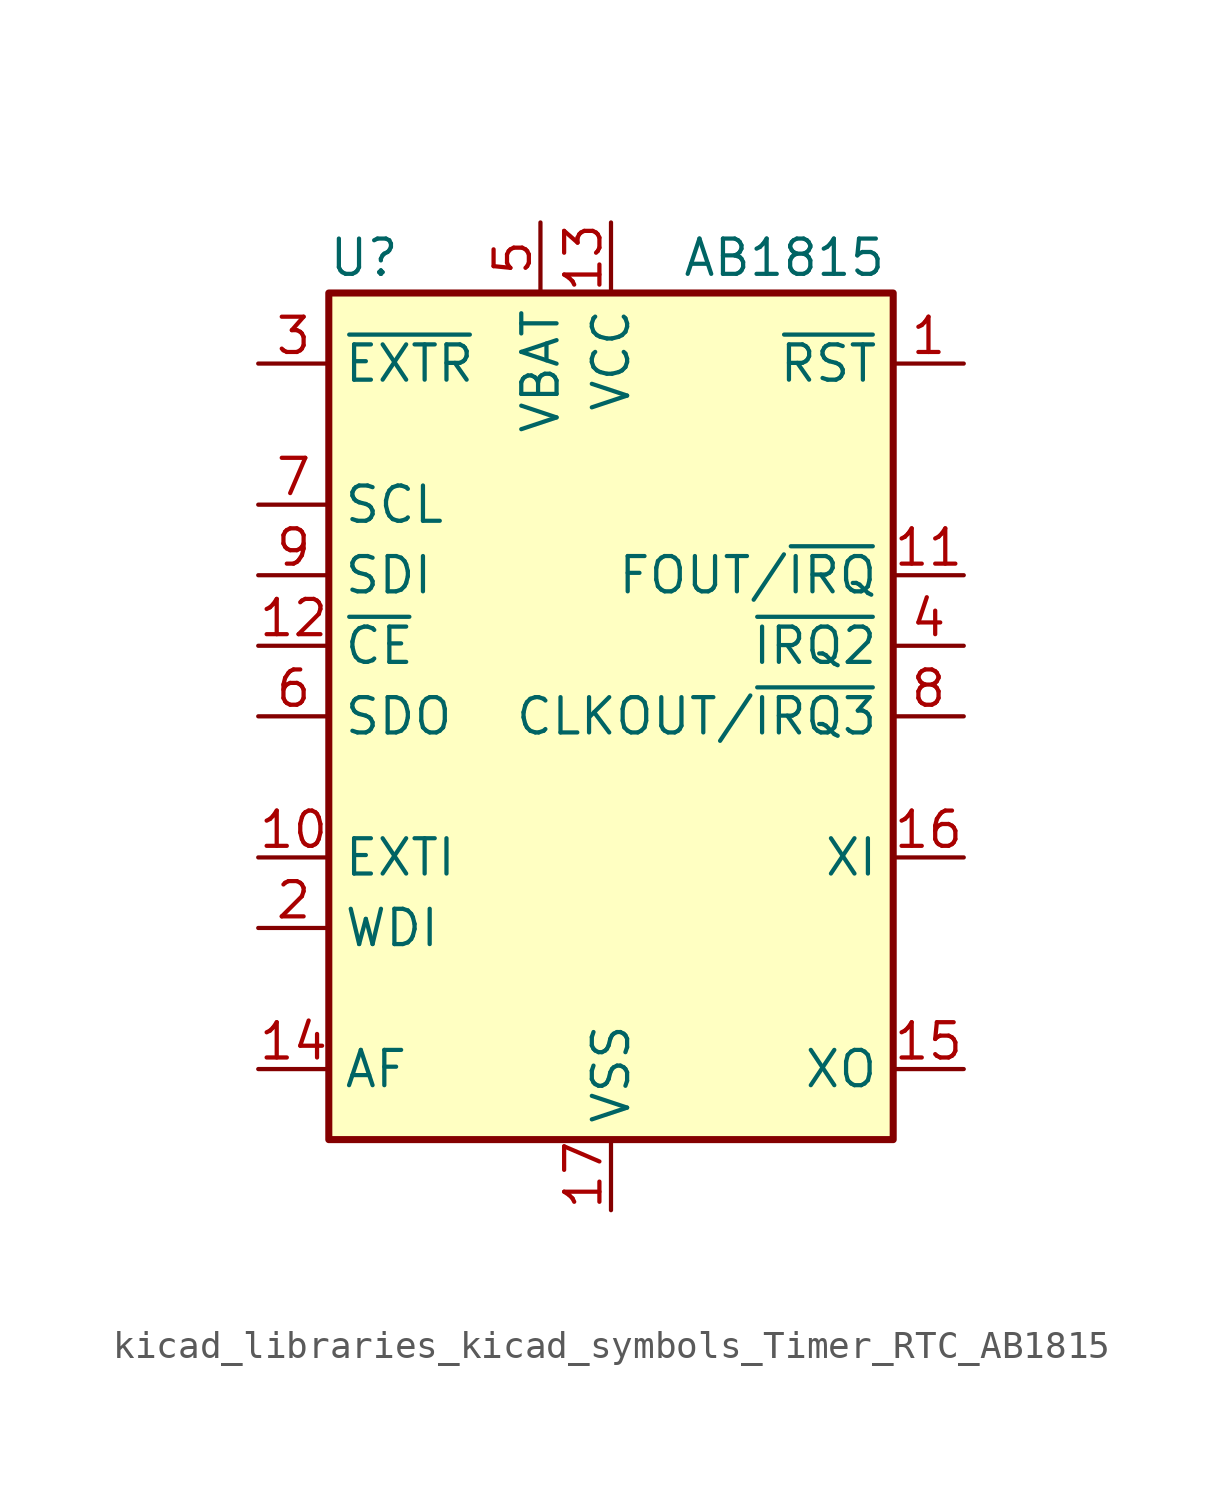
<source format=kicad_sym>
(kicad_symbol_lib
  (version 20220914)
  (generator kicad_symbol_editor)
  (symbol "kicad_libraries_kicad_symbols_Timer_RTC_AB1815"
    (property "Reference" "U"
      (at -8.89 16.51 0)
      (effects (font (size 1.27 1.27))))
    (property "Value" "AB1815"
      (at 2.54 16.51 0)
      (effects (font (size 1.27 1.27)) (justify left)))
    (symbol "kicad_libraries_kicad_symbols_Timer_RTC_AB1815_0_1"
      (rectangle (start -10.16 15.24) (end 10.16 -15.24) (stroke (width 0.254) (type default)) (fill (type background))))
    (symbol "kicad_libraries_kicad_symbols_Timer_RTC_AB1815_1_1"
      (pin open_collector line (at 12.7 12.7 180) (length 2.54) (name "~{RST}" (effects (font (size 1.27 1.27)))) (number "1" (effects (font (size 1.27 1.27)))))
      (pin input line (at -12.7 -5.08 0) (length 2.54) (name "EXTI" (effects (font (size 1.27 1.27)))) (number "10" (effects (font (size 1.27 1.27)))))
      (pin open_collector line (at 12.7 5.08 180) (length 2.54) (name "FOUT/~{IRQ}" (effects (font (size 1.27 1.27)))) (number "11" (effects (font (size 1.27 1.27)))))
      (pin input line (at -12.7 2.54 0) (length 2.54) (name "~{CE}" (effects (font (size 1.27 1.27)))) (number "12" (effects (font (size 1.27 1.27)))))
      (pin power_in line (at 0 17.78 270) (length 2.54) (name "VCC" (effects (font (size 1.27 1.27)))) (number "13" (effects (font (size 1.27 1.27)))))
      (pin passive line (at -12.7 -12.7 0) (length 2.54) (name "AF" (effects (font (size 1.27 1.27)))) (number "14" (effects (font (size 1.27 1.27)))))
      (pin output line (at 12.7 -12.7 180) (length 2.54) (name "XO" (effects (font (size 1.27 1.27)))) (number "15" (effects (font (size 1.27 1.27)))))
      (pin input line (at 12.7 -5.08 180) (length 2.54) (name "XI" (effects (font (size 1.27 1.27)))) (number "16" (effects (font (size 1.27 1.27)))))
      (pin power_in line (at 0 -17.78 90) (length 2.54) (name "VSS" (effects (font (size 1.27 1.27)))) (number "17" (effects (font (size 1.27 1.27)))))
      (pin input line (at -12.7 -7.62 0) (length 2.54) (name "WDI" (effects (font (size 1.27 1.27)))) (number "2" (effects (font (size 1.27 1.27)))))
      (pin input line (at -12.7 12.7 0) (length 2.54) (name "~{EXTR}" (effects (font (size 1.27 1.27)))) (number "3" (effects (font (size 1.27 1.27)))))
      (pin open_collector line (at 12.7 2.54 180) (length 2.54) (name "~{IRQ2}" (effects (font (size 1.27 1.27)))) (number "4" (effects (font (size 1.27 1.27)))))
      (pin power_in line (at -2.54 17.78 270) (length 2.54) (name "VBAT" (effects (font (size 1.27 1.27)))) (number "5" (effects (font (size 1.27 1.27)))))
      (pin output line (at -12.7 0 0) (length 2.54) (name "SDO" (effects (font (size 1.27 1.27)))) (number "6" (effects (font (size 1.27 1.27)))))
      (pin input line (at -12.7 7.62 0) (length 2.54) (name "SCL" (effects (font (size 1.27 1.27)))) (number "7" (effects (font (size 1.27 1.27)))))
      (pin output line (at 12.7 0 180) (length 2.54) (name "CLKOUT/~{IRQ3}" (effects (font (size 1.27 1.27)))) (number "8" (effects (font (size 1.27 1.27)))))
      (pin input line (at -12.7 5.08 0) (length 2.54) (name "SDI" (effects (font (size 1.27 1.27)))) (number "9" (effects (font (size 1.27 1.27))))))))
</source>
